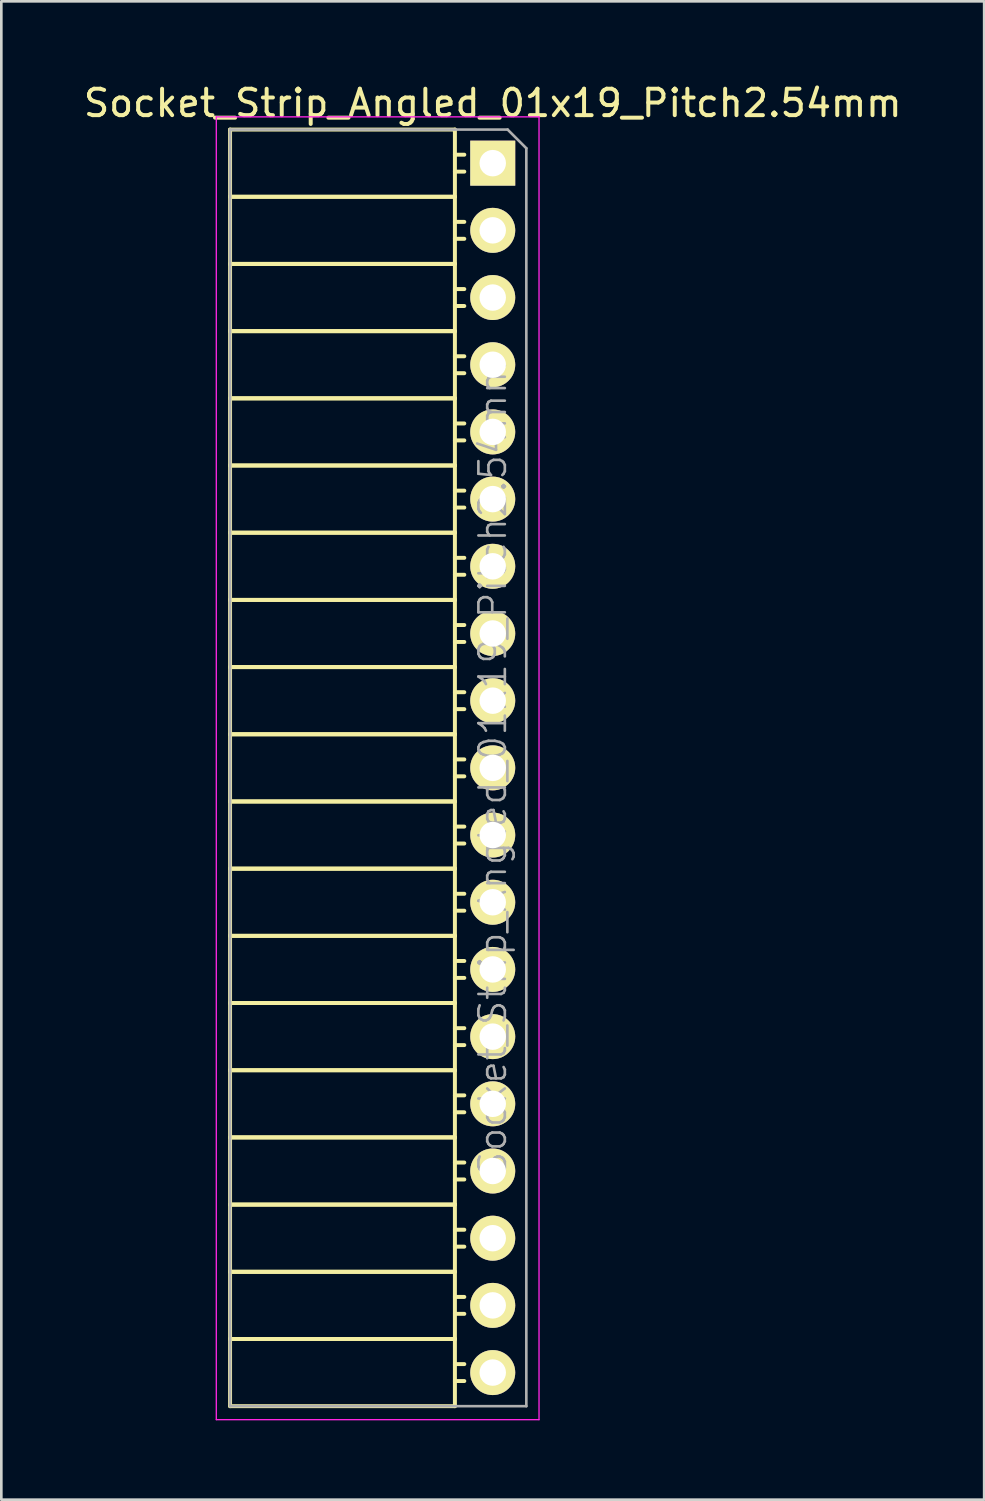
<source format=kicad_pcb>
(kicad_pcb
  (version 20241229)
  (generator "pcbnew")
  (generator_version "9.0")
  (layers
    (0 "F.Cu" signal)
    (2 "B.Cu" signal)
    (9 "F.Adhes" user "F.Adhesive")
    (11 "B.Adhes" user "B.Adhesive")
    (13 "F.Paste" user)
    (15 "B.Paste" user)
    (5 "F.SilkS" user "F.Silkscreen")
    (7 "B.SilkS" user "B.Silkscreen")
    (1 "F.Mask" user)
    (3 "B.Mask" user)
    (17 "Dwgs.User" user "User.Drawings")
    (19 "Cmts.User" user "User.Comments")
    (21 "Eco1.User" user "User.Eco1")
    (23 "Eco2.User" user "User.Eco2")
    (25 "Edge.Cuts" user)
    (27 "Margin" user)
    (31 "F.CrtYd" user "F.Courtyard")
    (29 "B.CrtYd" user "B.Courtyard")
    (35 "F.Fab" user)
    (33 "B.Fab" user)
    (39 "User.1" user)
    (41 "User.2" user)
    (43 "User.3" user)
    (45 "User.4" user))
  (footprint "Socket_Strip_Angled_01x19_Pitch2.54mm"
    (layer "F.Cu")
    (at 15.577 3.118)
    (property "Reference" "Socket_Strip_Angled_01x19_Pitch2.54mm" (at 0 -2.27 0) (layer "F.SilkS") (effects (font (size 1 1) (thickness 0.15))))
    (attr smd)
    (fp_line (start -9.93 -1.27) (end -9.93 1.27) (stroke (width 0.15) (type solid)) (layer "F.SilkS"))
    (fp_line (start -9.93 -1.27) (end -1.43 -1.27) (stroke (width 0.15) (type solid)) (layer "F.SilkS"))
    (fp_line (start -9.93 1.27) (end -9.93 3.81) (stroke (width 0.15) (type solid)) (layer "F.SilkS"))
    (fp_line (start -9.93 1.27) (end -1.43 1.27) (stroke (width 0.15) (type solid)) (layer "F.SilkS"))
    (fp_line (start -9.93 1.27) (end -1.43 1.27) (stroke (width 0.15) (type solid)) (layer "F.SilkS"))
    (fp_line (start -9.93 3.81) (end -9.93 6.35) (stroke (width 0.15) (type solid)) (layer "F.SilkS"))
    (fp_line (start -9.93 3.81) (end -1.43 3.81) (stroke (width 0.15) (type solid)) (layer "F.SilkS"))
    (fp_line (start -9.93 3.81) (end -1.43 3.81) (stroke (width 0.15) (type solid)) (layer "F.SilkS"))
    (fp_line (start -9.93 6.35) (end -9.93 8.89) (stroke (width 0.15) (type solid)) (layer "F.SilkS"))
    (fp_line (start -9.93 6.35) (end -1.43 6.35) (stroke (width 0.15) (type solid)) (layer "F.SilkS"))
    (fp_line (start -9.93 6.35) (end -1.43 6.35) (stroke (width 0.15) (type solid)) (layer "F.SilkS"))
    (fp_line (start -9.93 8.89) (end -9.93 11.43) (stroke (width 0.15) (type solid)) (layer "F.SilkS"))
    (fp_line (start -9.93 8.89) (end -1.43 8.89) (stroke (width 0.15) (type solid)) (layer "F.SilkS"))
    (fp_line (start -9.93 8.89) (end -1.43 8.89) (stroke (width 0.15) (type solid)) (layer "F.SilkS"))
    (fp_line (start -9.93 11.43) (end -9.93 13.97) (stroke (width 0.15) (type solid)) (layer "F.SilkS"))
    (fp_line (start -9.93 11.43) (end -1.43 11.43) (stroke (width 0.15) (type solid)) (layer "F.SilkS"))
    (fp_line (start -9.93 11.43) (end -1.43 11.43) (stroke (width 0.15) (type solid)) (layer "F.SilkS"))
    (fp_line (start -9.93 13.97) (end -9.93 16.51) (stroke (width 0.15) (type solid)) (layer "F.SilkS"))
    (fp_line (start -9.93 13.97) (end -1.43 13.97) (stroke (width 0.15) (type solid)) (layer "F.SilkS"))
    (fp_line (start -9.93 13.97) (end -1.43 13.97) (stroke (width 0.15) (type solid)) (layer "F.SilkS"))
    (fp_line (start -9.93 16.51) (end -9.93 19.05) (stroke (width 0.15) (type solid)) (layer "F.SilkS"))
    (fp_line (start -9.93 16.51) (end -1.43 16.51) (stroke (width 0.15) (type solid)) (layer "F.SilkS"))
    (fp_line (start -9.93 16.51) (end -1.43 16.51) (stroke (width 0.15) (type solid)) (layer "F.SilkS"))
    (fp_line (start -9.93 19.05) (end -9.93 21.59) (stroke (width 0.15) (type solid)) (layer "F.SilkS"))
    (fp_line (start -9.93 19.05) (end -1.43 19.05) (stroke (width 0.15) (type solid)) (layer "F.SilkS"))
    (fp_line (start -9.93 19.05) (end -1.43 19.05) (stroke (width 0.15) (type solid)) (layer "F.SilkS"))
    (fp_line (start -9.93 21.59) (end -9.93 24.13) (stroke (width 0.15) (type solid)) (layer "F.SilkS"))
    (fp_line (start -9.93 21.59) (end -1.43 21.59) (stroke (width 0.15) (type solid)) (layer "F.SilkS"))
    (fp_line (start -9.93 21.59) (end -1.43 21.59) (stroke (width 0.15) (type solid)) (layer "F.SilkS"))
    (fp_line (start -9.93 24.13) (end -9.93 26.67) (stroke (width 0.15) (type solid)) (layer "F.SilkS"))
    (fp_line (start -9.93 24.13) (end -1.43 24.13) (stroke (width 0.15) (type solid)) (layer "F.SilkS"))
    (fp_line (start -9.93 24.13) (end -1.43 24.13) (stroke (width 0.15) (type solid)) (layer "F.SilkS"))
    (fp_line (start -9.93 26.67) (end -9.93 29.21) (stroke (width 0.15) (type solid)) (layer "F.SilkS"))
    (fp_line (start -9.93 26.67) (end -1.43 26.67) (stroke (width 0.15) (type solid)) (layer "F.SilkS"))
    (fp_line (start -9.93 26.67) (end -1.43 26.67) (stroke (width 0.15) (type solid)) (layer "F.SilkS"))
    (fp_line (start -9.93 29.21) (end -9.93 31.75) (stroke (width 0.15) (type solid)) (layer "F.SilkS"))
    (fp_line (start -9.93 29.21) (end -1.43 29.21) (stroke (width 0.15) (type solid)) (layer "F.SilkS"))
    (fp_line (start -9.93 29.21) (end -1.43 29.21) (stroke (width 0.15) (type solid)) (layer "F.SilkS"))
    (fp_line (start -9.93 31.75) (end -9.93 34.29) (stroke (width 0.15) (type solid)) (layer "F.SilkS"))
    (fp_line (start -9.93 31.75) (end -1.43 31.75) (stroke (width 0.15) (type solid)) (layer "F.SilkS"))
    (fp_line (start -9.93 31.75) (end -1.43 31.75) (stroke (width 0.15) (type solid)) (layer "F.SilkS"))
    (fp_line (start -9.93 34.29) (end -9.93 36.83) (stroke (width 0.15) (type solid)) (layer "F.SilkS"))
    (fp_line (start -9.93 34.29) (end -1.43 34.29) (stroke (width 0.15) (type solid)) (layer "F.SilkS"))
    (fp_line (start -9.93 34.29) (end -1.43 34.29) (stroke (width 0.15) (type solid)) (layer "F.SilkS"))
    (fp_line (start -9.93 36.83) (end -9.93 39.37) (stroke (width 0.15) (type solid)) (layer "F.SilkS"))
    (fp_line (start -9.93 36.83) (end -1.43 36.83) (stroke (width 0.15) (type solid)) (layer "F.SilkS"))
    (fp_line (start -9.93 36.83) (end -1.43 36.83) (stroke (width 0.15) (type solid)) (layer "F.SilkS"))
    (fp_line (start -9.93 39.37) (end -9.93 41.91) (stroke (width 0.15) (type solid)) (layer "F.SilkS"))
    (fp_line (start -9.93 39.37) (end -1.43 39.37) (stroke (width 0.15) (type solid)) (layer "F.SilkS"))
    (fp_line (start -9.93 39.37) (end -1.43 39.37) (stroke (width 0.15) (type solid)) (layer "F.SilkS"))
    (fp_line (start -9.93 41.91) (end -9.93 44.45) (stroke (width 0.15) (type solid)) (layer "F.SilkS"))
    (fp_line (start -9.93 41.91) (end -1.43 41.91) (stroke (width 0.15) (type solid)) (layer "F.SilkS"))
    (fp_line (start -9.93 41.91) (end -1.43 41.91) (stroke (width 0.15) (type solid)) (layer "F.SilkS"))
    (fp_line (start -9.93 44.45) (end -9.93 46.99) (stroke (width 0.15) (type solid)) (layer "F.SilkS"))
    (fp_line (start -9.93 44.45) (end -1.43 44.45) (stroke (width 0.15) (type solid)) (layer "F.SilkS"))
    (fp_line (start -9.93 44.45) (end -1.43 44.45) (stroke (width 0.15) (type solid)) (layer "F.SilkS"))
    (fp_line (start -9.93 46.99) (end -1.43 46.99) (stroke (width 0.15) (type solid)) (layer "F.SilkS"))
    (fp_line (start -1.43 -1.27) (end -1.43 1.27) (stroke (width 0.15) (type solid)) (layer "F.SilkS"))
    (fp_line (start -1.43 -0.32) (end -1.075 -0.32) (stroke (width 0.15) (type solid)) (layer "F.SilkS"))
    (fp_line (start -1.43 0.32) (end -1.075 0.32) (stroke (width 0.15) (type solid)) (layer "F.SilkS"))
    (fp_line (start -1.43 1.27) (end -1.43 3.81) (stroke (width 0.15) (type solid)) (layer "F.SilkS"))
    (fp_line (start -1.43 2.22) (end -1.075 2.22) (stroke (width 0.15) (type solid)) (layer "F.SilkS"))
    (fp_line (start -1.43 2.86) (end -1.075 2.86) (stroke (width 0.15) (type solid)) (layer "F.SilkS"))
    (fp_line (start -1.43 3.81) (end -1.43 6.35) (stroke (width 0.15) (type solid)) (layer "F.SilkS"))
    (fp_line (start -1.43 4.76) (end -1.075 4.76) (stroke (width 0.15) (type solid)) (layer "F.SilkS"))
    (fp_line (start -1.43 5.4) (end -1.075 5.4) (stroke (width 0.15) (type solid)) (layer "F.SilkS"))
    (fp_line (start -1.43 6.35) (end -1.43 8.89) (stroke (width 0.15) (type solid)) (layer "F.SilkS"))
    (fp_line (start -1.43 7.3) (end -1.075 7.3) (stroke (width 0.15) (type solid)) (layer "F.SilkS"))
    (fp_line (start -1.43 7.94) (end -1.075 7.94) (stroke (width 0.15) (type solid)) (layer "F.SilkS"))
    (fp_line (start -1.43 8.89) (end -1.43 11.43) (stroke (width 0.15) (type solid)) (layer "F.SilkS"))
    (fp_line (start -1.43 9.84) (end -1.075 9.84) (stroke (width 0.15) (type solid)) (layer "F.SilkS"))
    (fp_line (start -1.43 10.48) (end -1.075 10.48) (stroke (width 0.15) (type solid)) (layer "F.SilkS"))
    (fp_line (start -1.43 11.43) (end -1.43 13.97) (stroke (width 0.15) (type solid)) (layer "F.SilkS"))
    (fp_line (start -1.43 12.38) (end -1.075 12.38) (stroke (width 0.15) (type solid)) (layer "F.SilkS"))
    (fp_line (start -1.43 13.02) (end -1.075 13.02) (stroke (width 0.15) (type solid)) (layer "F.SilkS"))
    (fp_line (start -1.43 13.97) (end -1.43 16.51) (stroke (width 0.15) (type solid)) (layer "F.SilkS"))
    (fp_line (start -1.43 14.92) (end -1.075 14.92) (stroke (width 0.15) (type solid)) (layer "F.SilkS"))
    (fp_line (start -1.43 15.56) (end -1.075 15.56) (stroke (width 0.15) (type solid)) (layer "F.SilkS"))
    (fp_line (start -1.43 16.51) (end -1.43 19.05) (stroke (width 0.15) (type solid)) (layer "F.SilkS"))
    (fp_line (start -1.43 17.46) (end -1.075 17.46) (stroke (width 0.15) (type solid)) (layer "F.SilkS"))
    (fp_line (start -1.43 18.1) (end -1.075 18.1) (stroke (width 0.15) (type solid)) (layer "F.SilkS"))
    (fp_line (start -1.43 19.05) (end -1.43 21.59) (stroke (width 0.15) (type solid)) (layer "F.SilkS"))
    (fp_line (start -1.43 20) (end -1.075 20) (stroke (width 0.15) (type solid)) (layer "F.SilkS"))
    (fp_line (start -1.43 20.64) (end -1.075 20.64) (stroke (width 0.15) (type solid)) (layer "F.SilkS"))
    (fp_line (start -1.43 21.59) (end -1.43 24.13) (stroke (width 0.15) (type solid)) (layer "F.SilkS"))
    (fp_line (start -1.43 22.54) (end -1.075 22.54) (stroke (width 0.15) (type solid)) (layer "F.SilkS"))
    (fp_line (start -1.43 23.18) (end -1.075 23.18) (stroke (width 0.15) (type solid)) (layer "F.SilkS"))
    (fp_line (start -1.43 24.13) (end -1.43 26.67) (stroke (width 0.15) (type solid)) (layer "F.SilkS"))
    (fp_line (start -1.43 25.08) (end -1.075 25.08) (stroke (width 0.15) (type solid)) (layer "F.SilkS"))
    (fp_line (start -1.43 25.72) (end -1.075 25.72) (stroke (width 0.15) (type solid)) (layer "F.SilkS"))
    (fp_line (start -1.43 26.67) (end -1.43 29.21) (stroke (width 0.15) (type solid)) (layer "F.SilkS"))
    (fp_line (start -1.43 27.62) (end -1.075 27.62) (stroke (width 0.15) (type solid)) (layer "F.SilkS"))
    (fp_line (start -1.43 28.26) (end -1.075 28.26) (stroke (width 0.15) (type solid)) (layer "F.SilkS"))
    (fp_line (start -1.43 29.21) (end -1.43 31.75) (stroke (width 0.15) (type solid)) (layer "F.SilkS"))
    (fp_line (start -1.43 30.16) (end -1.075 30.16) (stroke (width 0.15) (type solid)) (layer "F.SilkS"))
    (fp_line (start -1.43 30.8) (end -1.075 30.8) (stroke (width 0.15) (type solid)) (layer "F.SilkS"))
    (fp_line (start -1.43 31.75) (end -1.43 34.29) (stroke (width 0.15) (type solid)) (layer "F.SilkS"))
    (fp_line (start -1.43 32.7) (end -1.075 32.7) (stroke (width 0.15) (type solid)) (layer "F.SilkS"))
    (fp_line (start -1.43 33.34) (end -1.075 33.34) (stroke (width 0.15) (type solid)) (layer "F.SilkS"))
    (fp_line (start -1.43 34.29) (end -1.43 36.83) (stroke (width 0.15) (type solid)) (layer "F.SilkS"))
    (fp_line (start -1.43 35.24) (end -1.075 35.24) (stroke (width 0.15) (type solid)) (layer "F.SilkS"))
    (fp_line (start -1.43 35.88) (end -1.075 35.88) (stroke (width 0.15) (type solid)) (layer "F.SilkS"))
    (fp_line (start -1.43 36.83) (end -1.43 39.37) (stroke (width 0.15) (type solid)) (layer "F.SilkS"))
    (fp_line (start -1.43 37.78) (end -1.075 37.78) (stroke (width 0.15) (type solid)) (layer "F.SilkS"))
    (fp_line (start -1.43 38.42) (end -1.075 38.42) (stroke (width 0.15) (type solid)) (layer "F.SilkS"))
    (fp_line (start -1.43 39.37) (end -1.43 41.91) (stroke (width 0.15) (type solid)) (layer "F.SilkS"))
    (fp_line (start -1.43 40.32) (end -1.075 40.32) (stroke (width 0.15) (type solid)) (layer "F.SilkS"))
    (fp_line (start -1.43 40.96) (end -1.075 40.96) (stroke (width 0.15) (type solid)) (layer "F.SilkS"))
    (fp_line (start -1.43 41.91) (end -1.43 44.45) (stroke (width 0.15) (type solid)) (layer "F.SilkS"))
    (fp_line (start -1.43 42.86) (end -1.075 42.86) (stroke (width 0.15) (type solid)) (layer "F.SilkS"))
    (fp_line (start -1.43 43.5) (end -1.075 43.5) (stroke (width 0.15) (type solid)) (layer "F.SilkS"))
    (fp_line (start -1.43 44.45) (end -1.43 46.99) (stroke (width 0.15) (type solid)) (layer "F.SilkS"))
    (fp_line (start -1.43 45.4) (end -1.075 45.4) (stroke (width 0.15) (type solid)) (layer "F.SilkS"))
    (fp_line (start -1.43 46.04) (end -1.075 46.04) (stroke (width 0.15) (type solid)) (layer "F.SilkS"))
    (fp_line (start -10.45 -1.75) (end 1.75 -1.75) (stroke (width 0.05) (type solid)) (layer "F.CrtYd"))
    (fp_line (start -10.45 47.5) (end -10.45 -1.75) (stroke (width 0.05) (type solid)) (layer "F.CrtYd"))
    (fp_line (start -10.45 47.5) (end 1.75 47.5) (stroke (width 0.05) (type solid)) (layer "F.CrtYd"))
    (fp_line (start 1.75 47.5) (end 1.75 -1.75) (stroke (width 0.05) (type solid)) (layer "F.CrtYd"))
    (fp_line (start -9.93 -1.27) (end 0.563 -1.27) (stroke (width 0.1) (type solid)) (layer "F.Fab"))
    (fp_line (start -9.93 46.99) (end -9.93 -1.27) (stroke (width 0.1) (type solid)) (layer "F.Fab"))
    (fp_line (start -9.93 46.99) (end 1.27 46.99) (stroke (width 0.1) (type solid)) (layer "F.Fab"))
    (fp_line (start 1.27 -0.563) (end 0.563 -1.27) (stroke (width 0.1) (type solid)) (layer "F.Fab"))
    (fp_line (start 1.27 46.99) (end 1.27 -0.563) (stroke (width 0.1) (type solid)) (layer "F.Fab"))
    (fp_text user "${REFERENCE}" (at 0 22.86 90) (layer "F.Fab") (effects (font (size 1 1) (thickness 0.1))))
    (pad "1" thru_hole rect (at 0 0) (size 1.7 1.7) (drill 1) (layers "*.Cu" "*.Mask" "F.SilkS"))
    (pad "2" thru_hole oval (at 0 2.54) (size 1.7 1.7) (drill 1) (layers "*.Cu" "*.Mask" "F.SilkS"))
    (pad "3" thru_hole oval (at 0 5.08) (size 1.7 1.7) (drill 1) (layers "*.Cu" "*.Mask" "F.SilkS"))
    (pad "4" thru_hole oval (at 0 7.62) (size 1.7 1.7) (drill 1) (layers "*.Cu" "*.Mask" "F.SilkS"))
    (pad "5" thru_hole oval (at 0 10.16) (size 1.7 1.7) (drill 1) (layers "*.Cu" "*.Mask" "F.SilkS"))
    (pad "6" thru_hole oval (at 0 12.7) (size 1.7 1.7) (drill 1) (layers "*.Cu" "*.Mask" "F.SilkS"))
    (pad "7" thru_hole oval (at 0 15.24) (size 1.7 1.7) (drill 1) (layers "*.Cu" "*.Mask" "F.SilkS"))
    (pad "8" thru_hole oval (at 0 17.78) (size 1.7 1.7) (drill 1) (layers "*.Cu" "*.Mask" "F.SilkS"))
    (pad "9" thru_hole oval (at 0 20.32) (size 1.7 1.7) (drill 1) (layers "*.Cu" "*.Mask" "F.SilkS"))
    (pad "10" thru_hole oval (at 0 22.86) (size 1.7 1.7) (drill 1) (layers "*.Cu" "*.Mask" "F.SilkS"))
    (pad "11" thru_hole oval (at 0 25.4) (size 1.7 1.7) (drill 1) (layers "*.Cu" "*.Mask" "F.SilkS"))
    (pad "12" thru_hole oval (at 0 27.94) (size 1.7 1.7) (drill 1) (layers "*.Cu" "*.Mask" "F.SilkS"))
    (pad "13" thru_hole oval (at 0 30.48) (size 1.7 1.7) (drill 1) (layers "*.Cu" "*.Mask" "F.SilkS"))
    (pad "14" thru_hole oval (at 0 33.02) (size 1.7 1.7) (drill 1) (layers "*.Cu" "*.Mask" "F.SilkS"))
    (pad "15" thru_hole oval (at 0 35.56) (size 1.7 1.7) (drill 1) (layers "*.Cu" "*.Mask" "F.SilkS"))
    (pad "16" thru_hole oval (at 0 38.1) (size 1.7 1.7) (drill 1) (layers "*.Cu" "*.Mask" "F.SilkS"))
    (pad "17" thru_hole oval (at 0 40.64) (size 1.7 1.7) (drill 1) (layers "*.Cu" "*.Mask" "F.SilkS"))
    (pad "18" thru_hole oval (at 0 43.18) (size 1.7 1.7) (drill 1) (layers "*.Cu" "*.Mask" "F.SilkS"))
    (pad "19" thru_hole oval (at 0 45.72) (size 1.7 1.7) (drill 1) (layers "*.Cu" "*.Mask" "F.SilkS")))
  (gr_rect
    (start -3 -3)
    (end 34.155 53.643)
    (stroke (width 0.1) (type default))
    (fill no)
    (layer "Edge.Cuts")))
</source>
